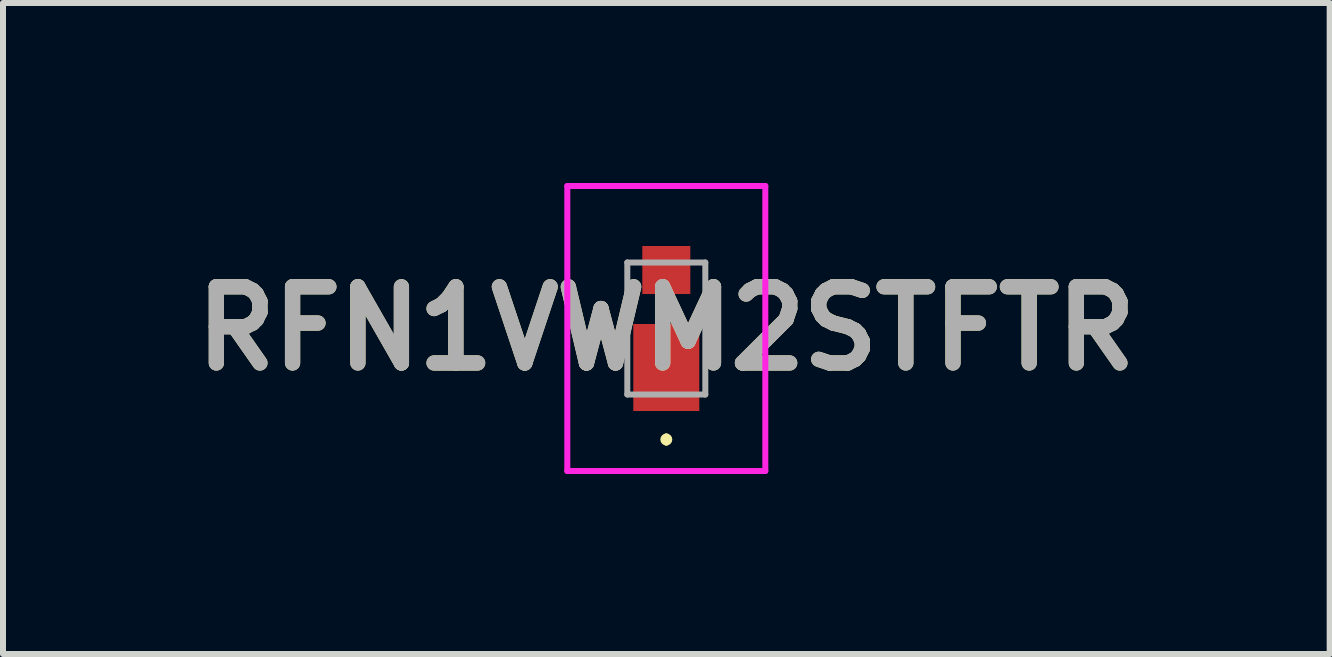
<source format=kicad_pcb>
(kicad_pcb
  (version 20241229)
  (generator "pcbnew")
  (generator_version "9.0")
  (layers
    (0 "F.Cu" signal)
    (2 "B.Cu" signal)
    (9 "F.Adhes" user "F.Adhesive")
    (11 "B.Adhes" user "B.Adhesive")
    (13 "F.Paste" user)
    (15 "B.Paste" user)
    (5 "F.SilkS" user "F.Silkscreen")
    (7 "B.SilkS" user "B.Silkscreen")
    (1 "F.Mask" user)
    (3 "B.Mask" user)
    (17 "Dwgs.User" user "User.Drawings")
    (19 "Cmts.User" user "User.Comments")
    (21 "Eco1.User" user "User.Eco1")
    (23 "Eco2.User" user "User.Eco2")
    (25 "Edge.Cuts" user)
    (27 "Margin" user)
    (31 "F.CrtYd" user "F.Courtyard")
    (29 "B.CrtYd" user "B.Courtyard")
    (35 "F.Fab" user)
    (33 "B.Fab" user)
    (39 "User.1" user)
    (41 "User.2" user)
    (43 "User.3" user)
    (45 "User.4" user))
  (footprint "RFN1VWM2STFTR"
    (layer "F.Cu")
    (at 8.055 2.425)
    (property "Reference" "RFN1VWM2STFTR" (at 0 0 0) (layer "F.SilkS") (effects (font (size 1.27 1.27) (thickness 0.254))))
    (attr smd)
    (fp_line (start 0 1.8) (end 0 1.8) (stroke (width 0.1) (type solid)) (layer "F.SilkS"))
    (fp_line (start 0 1.9) (end 0 1.9) (stroke (width 0.1) (type solid)) (layer "F.SilkS"))
    (fp_arc (start 0 1.8) (mid 0.05 1.85) (end 0 1.9) (stroke (width 0.1) (type solid)) (layer "F.SilkS"))
    (fp_arc (start 0 1.9) (mid -0.05 1.85) (end 0 1.8) (stroke (width 0.1) (type solid)) (layer "F.SilkS"))
    (fp_line (start -1.65 -2.375) (end 1.65 -2.375) (stroke (width 0.1) (type solid)) (layer "F.CrtYd"))
    (fp_line (start -1.65 2.375) (end -1.65 -2.375) (stroke (width 0.1) (type solid)) (layer "F.CrtYd"))
    (fp_line (start 1.65 -2.375) (end 1.65 2.375) (stroke (width 0.1) (type solid)) (layer "F.CrtYd"))
    (fp_line (start 1.65 2.375) (end -1.65 2.375) (stroke (width 0.1) (type solid)) (layer "F.CrtYd"))
    (fp_line (start -0.65 -1.1) (end 0.65 -1.1) (stroke (width 0.1) (type solid)) (layer "F.Fab"))
    (fp_line (start -0.65 1.1) (end -0.65 -1.1) (stroke (width 0.1) (type solid)) (layer "F.Fab"))
    (fp_line (start 0.65 -1.1) (end 0.65 1.1) (stroke (width 0.1) (type solid)) (layer "F.Fab"))
    (fp_line (start 0.65 1.1) (end -0.65 1.1) (stroke (width 0.1) (type solid)) (layer "F.Fab"))
    (fp_text user "${REFERENCE}" (at 0 0 0) (layer "F.Fab") (effects (font (size 1.27 1.27) (thickness 0.254))))
    (pad "1" smd rect (at 0 0.65) (size 1.1 1.45) (layers "F.Cu" "F.Mask" "F.Paste"))
    (pad "2" smd rect (at 0 -0.975) (size 0.8 0.8) (layers "F.Cu" "F.Mask" "F.Paste")))
  (gr_rect
    (start -3 -3)
    (end 19.111 7.85)
    (stroke (width 0.1) (type default))
    (fill no)
    (layer "Edge.Cuts")))
</source>
